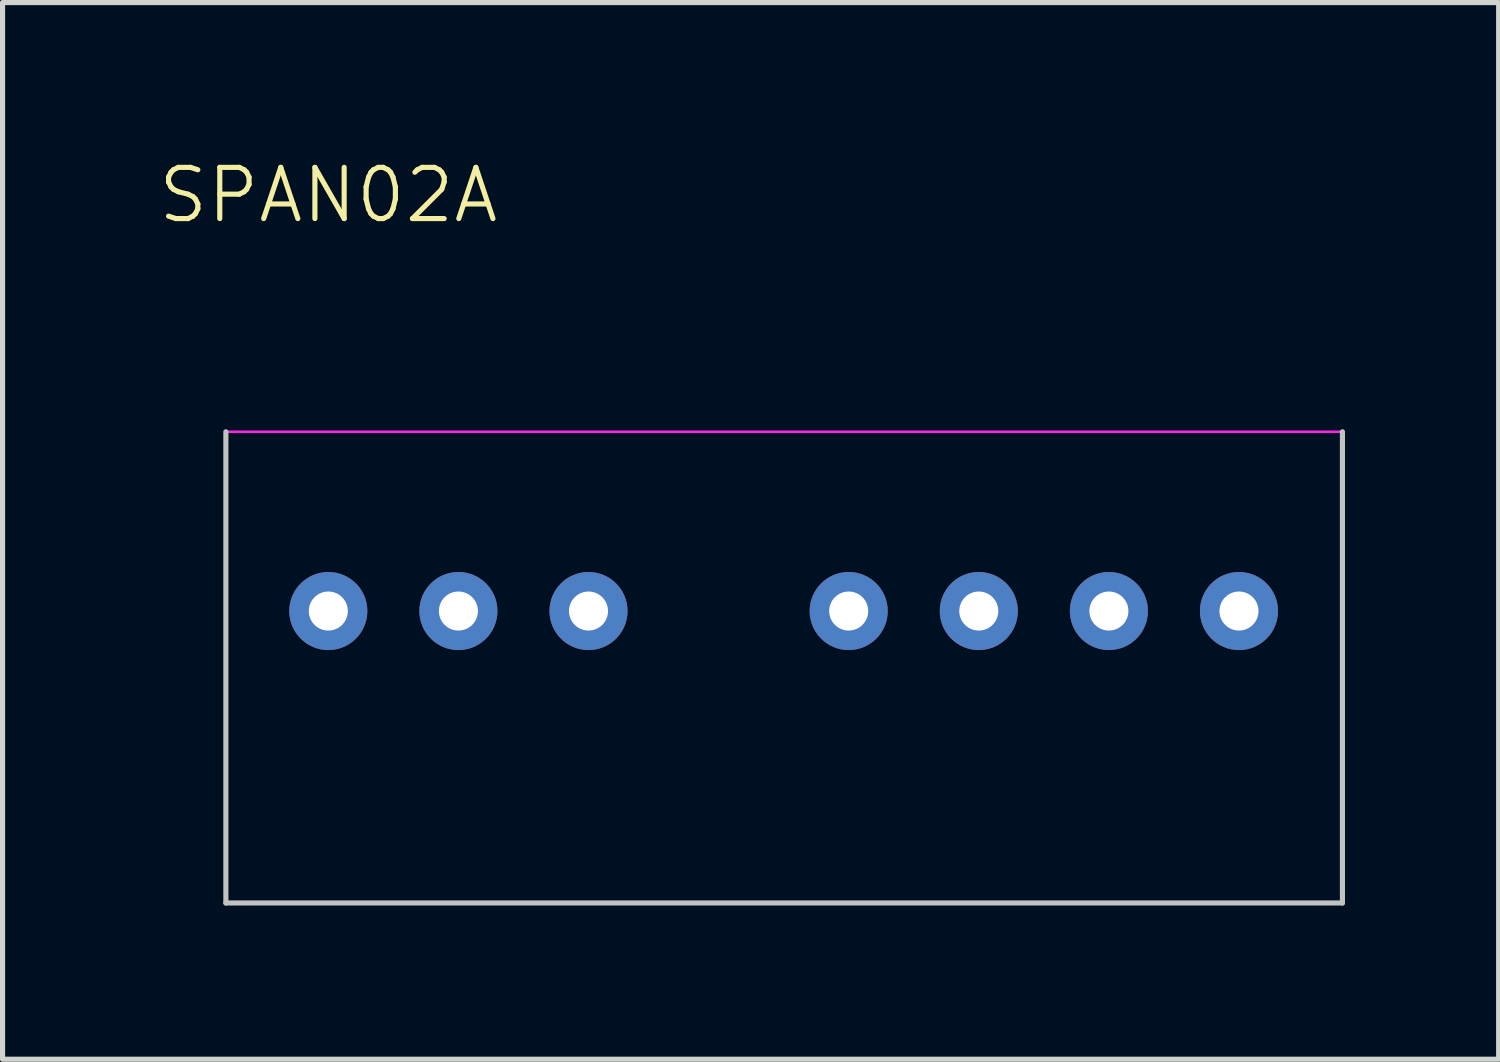
<source format=kicad_pcb>
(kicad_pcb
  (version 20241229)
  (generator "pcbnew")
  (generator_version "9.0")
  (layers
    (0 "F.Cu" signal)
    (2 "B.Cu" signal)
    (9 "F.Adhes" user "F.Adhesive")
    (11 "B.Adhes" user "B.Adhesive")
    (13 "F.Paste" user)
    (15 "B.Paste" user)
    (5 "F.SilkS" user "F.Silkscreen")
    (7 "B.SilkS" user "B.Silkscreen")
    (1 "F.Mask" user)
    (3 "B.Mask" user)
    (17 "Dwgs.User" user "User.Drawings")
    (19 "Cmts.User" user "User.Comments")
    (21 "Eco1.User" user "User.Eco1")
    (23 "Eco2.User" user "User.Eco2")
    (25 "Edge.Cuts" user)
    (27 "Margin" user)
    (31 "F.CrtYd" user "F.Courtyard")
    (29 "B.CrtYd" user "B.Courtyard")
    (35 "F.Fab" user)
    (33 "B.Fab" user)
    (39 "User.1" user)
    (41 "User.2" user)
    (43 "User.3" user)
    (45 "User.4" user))
  (footprint "SPAN02A"
    (layer "F.Cu")
    (at 3.36 8.88)
    (property "Reference" "SPAN02A" (at 0 -8.12 0) (unlocked yes) (layer "F.SilkS") (effects (font (size 1 1) (thickness 0.1))))
    (attr through_hole)
    (fp_line (start -2 5.7) (end -2 -3.5) (stroke (width 0.1) (type default)) (layer "Dwgs.User"))
    (fp_line (start 19.8 -3.5) (end 19.8 5.7) (stroke (width 0.1) (type default)) (layer "Dwgs.User"))
    (fp_line (start 19.8 5.7) (end -2 5.7) (stroke (width 0.1) (type default)) (layer "Dwgs.User"))
    (fp_line (start -2 -3.5) (end 19.8 -3.5) (stroke (width 0.05) (type default)) (layer "F.CrtYd"))
    (fp_line (start -2 5.7) (end -2 -3.5) (stroke (width 0.05) (type default)) (layer "F.CrtYd"))
    (fp_line (start 19.8 -3.5) (end 19.8 5.7) (stroke (width 0.05) (type default)) (layer "F.CrtYd"))
    (fp_line (start 19.8 5.7) (end -2 5.7) (stroke (width 0.05) (type default)) (layer "F.CrtYd"))
    (pad "1" thru_hole circle (at 0 0) (size 1.524 1.524) (drill 0.762) (layers "*.Cu" "*.Mask"))
    (pad "2" thru_hole circle (at 2.54 0) (size 1.524 1.524) (drill 0.762) (layers "*.Cu" "*.Mask"))
    (pad "3" thru_hole circle (at 5.08 0) (size 1.524 1.524) (drill 0.762) (layers "*.Cu" "*.Mask"))
    (pad "5" thru_hole circle (at 10.16 0) (size 1.524 1.524) (drill 0.762) (layers "*.Cu" "*.Mask"))
    (pad "6" thru_hole circle (at 12.7 0) (size 1.524 1.524) (drill 0.762) (layers "*.Cu" "*.Mask"))
    (pad "7" thru_hole circle (at 15.24 0) (size 1.524 1.524) (drill 0.762) (layers "*.Cu" "*.Mask"))
    (pad "8" thru_hole circle (at 17.78 0) (size 1.524 1.524) (drill 0.762) (layers "*.Cu" "*.Mask"))
    (zone (net_name "") (layer "F.SilkS") (hatch edge 0.5) (connect_pads) (min_thickness 0.25) (filled_areas_thickness no) (keepout (tracks not_allowed) (vias not_allowed) (pads not_allowed) (copperpour allowed) (footprints allowed)) (placement (enabled no)) (fill) (polygon (pts (xy 1.36 5.38) (xy 23.16 5.38) (xy 23.16 14.581) (xy 1.36 14.581))))
    (zone (net_name "") (layer "F.SilkS") (hatch edge 0.5) (connect_pads) (min_thickness 0.25) (filled_areas_thickness no) (keepout (tracks not_allowed) (vias not_allowed) (pads not_allowed) (copperpour allowed) (footprints allowed)) (placement (enabled no)) (fill) (polygon (pts (xy 1.36 5.38) (xy 23.16 5.38) (xy 23.16 14.581) (xy 1.36 14.581)))))
  (gr_rect
    (start -3 -3)
    (end 26.21 17.631)
    (stroke (width 0.1) (type default))
    (fill no)
    (layer "Edge.Cuts")))
</source>
